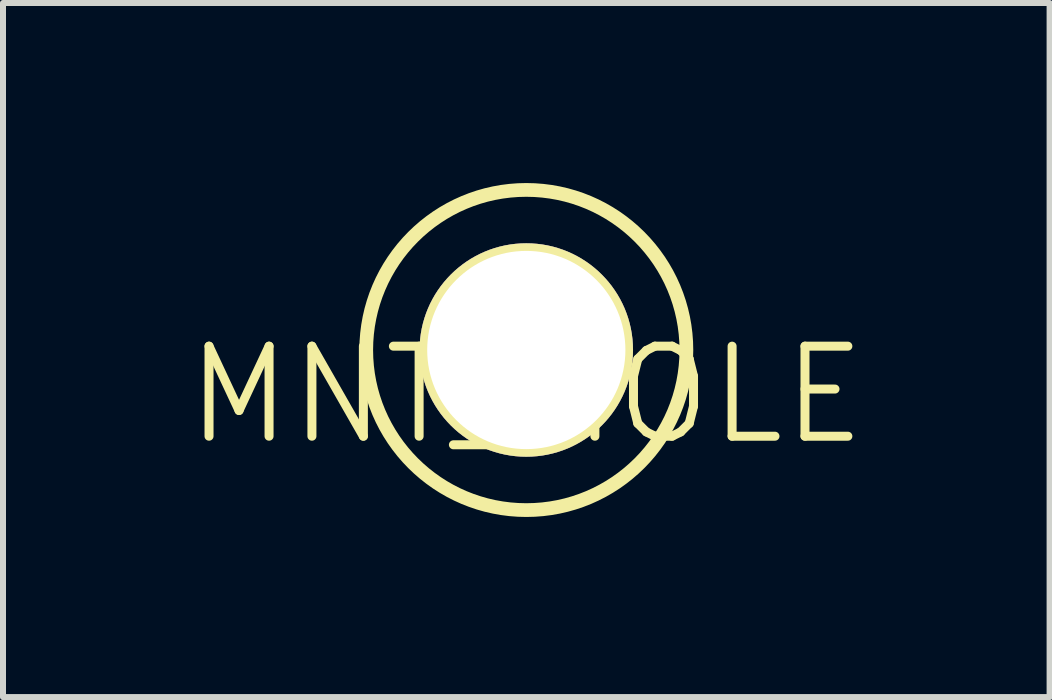
<source format=kicad_pcb>
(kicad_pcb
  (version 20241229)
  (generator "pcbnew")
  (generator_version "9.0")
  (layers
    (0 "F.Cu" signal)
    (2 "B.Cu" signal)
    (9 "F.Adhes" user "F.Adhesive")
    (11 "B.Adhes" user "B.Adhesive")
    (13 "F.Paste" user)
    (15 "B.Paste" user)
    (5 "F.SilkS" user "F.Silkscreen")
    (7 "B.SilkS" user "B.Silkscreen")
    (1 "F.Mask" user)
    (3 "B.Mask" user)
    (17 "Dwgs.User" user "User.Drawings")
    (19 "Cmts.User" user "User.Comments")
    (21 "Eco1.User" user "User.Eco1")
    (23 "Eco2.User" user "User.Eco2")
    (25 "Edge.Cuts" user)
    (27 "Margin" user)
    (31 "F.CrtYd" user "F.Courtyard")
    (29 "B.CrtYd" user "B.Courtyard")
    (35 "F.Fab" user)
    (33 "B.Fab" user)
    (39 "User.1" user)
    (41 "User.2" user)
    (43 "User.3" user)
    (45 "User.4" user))
  (footprint "MNT_HOLE"
    (layer "F.Cu")
    (at 5.718 2.781)
    (property "Reference" "MNT_HOLE" (at 0 0.75 0) (layer "F.SilkS") (effects (font (size 1.5 1.5) (thickness 0.15))))
    (attr through_hole)
    (fp_circle (center 0 0) (end 2.667 0) (stroke (width 0.229) (type solid)) (fill no) (layer "F.SilkS"))
    (pad "" thru_hole circle (at 0 0) (size 3.556 3.556) (drill 3.302) (layers "*.Cu" "*.Mask" "F.SilkS")))
  (gr_rect
    (start -3 -3)
    (end 14.436 8.563)
    (stroke (width 0.1) (type default))
    (fill no)
    (layer "Edge.Cuts")))
</source>
